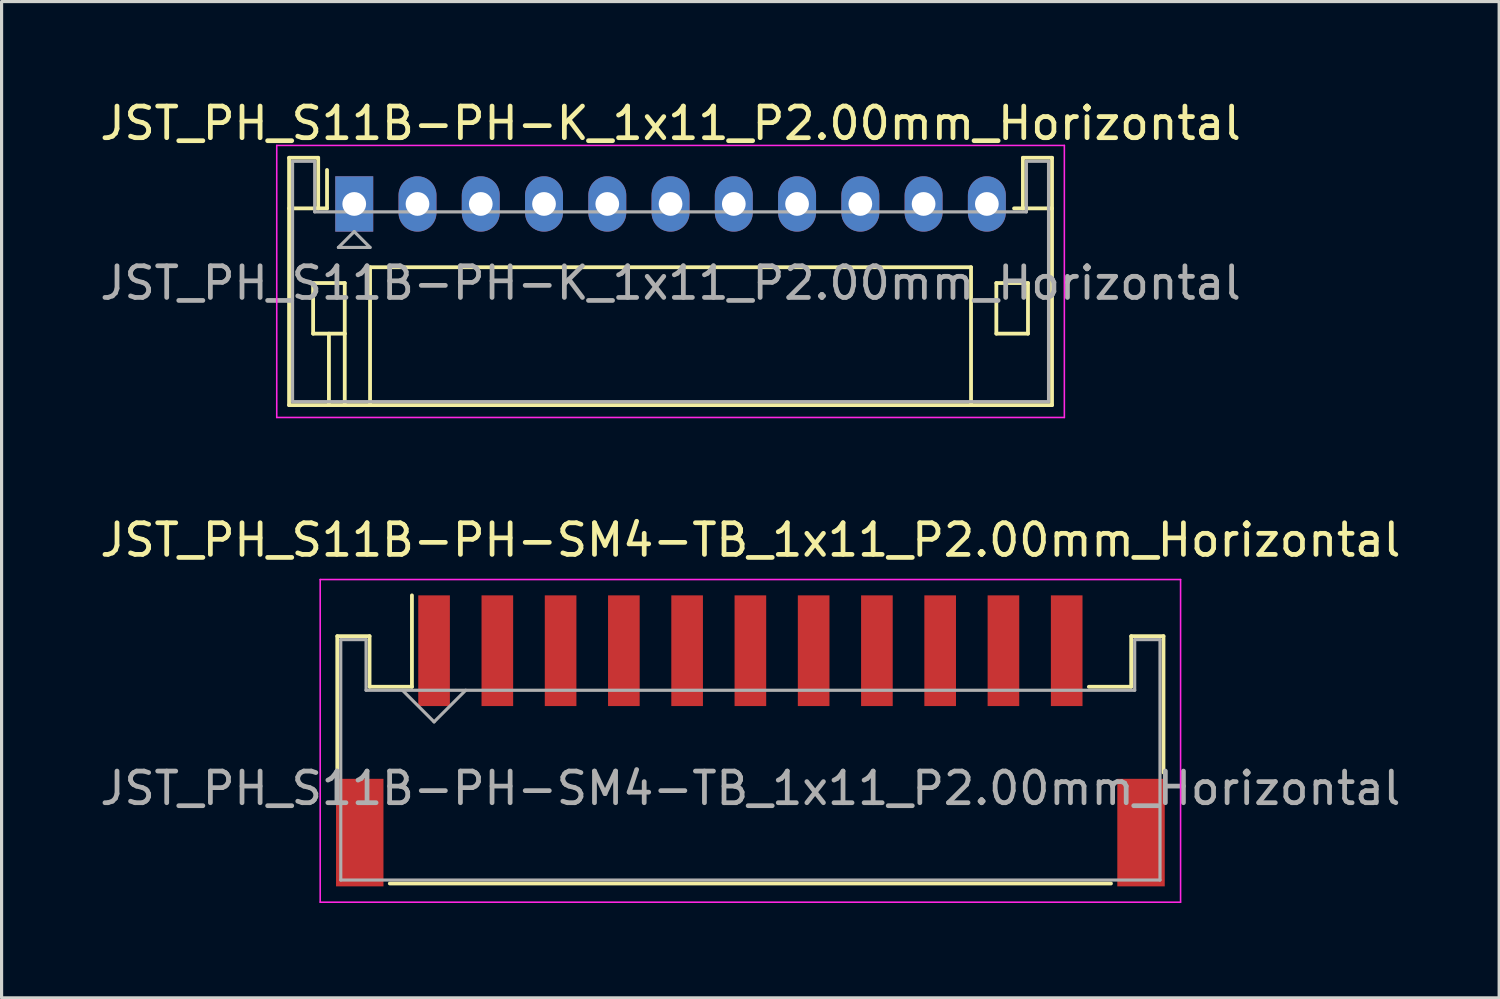
<source format=kicad_pcb>
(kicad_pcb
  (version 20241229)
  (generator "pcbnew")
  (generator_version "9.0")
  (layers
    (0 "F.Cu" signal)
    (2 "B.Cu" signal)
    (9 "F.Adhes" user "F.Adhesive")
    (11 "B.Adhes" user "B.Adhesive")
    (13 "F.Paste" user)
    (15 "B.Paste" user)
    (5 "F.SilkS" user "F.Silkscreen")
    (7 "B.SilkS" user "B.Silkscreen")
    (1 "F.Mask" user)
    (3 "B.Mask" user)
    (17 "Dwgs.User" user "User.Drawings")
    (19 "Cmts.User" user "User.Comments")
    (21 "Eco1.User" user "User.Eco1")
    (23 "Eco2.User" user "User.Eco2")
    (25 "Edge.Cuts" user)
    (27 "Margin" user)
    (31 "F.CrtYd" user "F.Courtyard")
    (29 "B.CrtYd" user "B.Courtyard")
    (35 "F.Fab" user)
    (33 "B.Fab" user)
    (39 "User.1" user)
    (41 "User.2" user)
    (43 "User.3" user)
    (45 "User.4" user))
  (footprint "JST_PH_S11B-PH-K_1x11_P2.00mm_Horizontal"
    (layer "F.Cu")
    (at 8.149 3.398)
    (property "Reference" "JST_PH_S11B-PH-K_1x11_P2.00mm_Horizontal" (at 10 -2.55 0) (layer "F.SilkS") (effects (font (size 1 1) (thickness 0.15))))
    (attr through_hole)
    (fp_line (start -2.06 -1.46) (end -2.06 6.36) (stroke (width 0.12) (type solid)) (layer "F.SilkS"))
    (fp_line (start -2.06 0.14) (end -1.14 0.14) (stroke (width 0.12) (type solid)) (layer "F.SilkS"))
    (fp_line (start -2.06 6.36) (end 22.06 6.36) (stroke (width 0.12) (type solid)) (layer "F.SilkS"))
    (fp_line (start -1.3 2.5) (end -1.3 4.1) (stroke (width 0.12) (type solid)) (layer "F.SilkS"))
    (fp_line (start -1.3 4.1) (end -0.3 4.1) (stroke (width 0.12) (type solid)) (layer "F.SilkS"))
    (fp_line (start -1.14 -1.46) (end -2.06 -1.46) (stroke (width 0.12) (type solid)) (layer "F.SilkS"))
    (fp_line (start -1.14 0.14) (end -1.14 -1.46) (stroke (width 0.12) (type solid)) (layer "F.SilkS"))
    (fp_line (start -0.86 0.14) (end -1.14 0.14) (stroke (width 0.12) (type solid)) (layer "F.SilkS"))
    (fp_line (start -0.86 0.14) (end -0.86 -1.075) (stroke (width 0.12) (type solid)) (layer "F.SilkS"))
    (fp_line (start -0.8 4.1) (end -0.8 6.36) (stroke (width 0.12) (type solid)) (layer "F.SilkS"))
    (fp_line (start -0.3 2.5) (end -1.3 2.5) (stroke (width 0.12) (type solid)) (layer "F.SilkS"))
    (fp_line (start -0.3 4.1) (end -0.3 2.5) (stroke (width 0.12) (type solid)) (layer "F.SilkS"))
    (fp_line (start -0.3 4.1) (end -0.3 6.36) (stroke (width 0.12) (type solid)) (layer "F.SilkS"))
    (fp_line (start 0.5 2) (end 19.5 2) (stroke (width 0.12) (type solid)) (layer "F.SilkS"))
    (fp_line (start 0.5 6.36) (end 0.5 2) (stroke (width 0.12) (type solid)) (layer "F.SilkS"))
    (fp_line (start 19.5 2) (end 19.5 6.36) (stroke (width 0.12) (type solid)) (layer "F.SilkS"))
    (fp_line (start 20.3 2.5) (end 21.3 2.5) (stroke (width 0.12) (type solid)) (layer "F.SilkS"))
    (fp_line (start 20.3 4.1) (end 20.3 2.5) (stroke (width 0.12) (type solid)) (layer "F.SilkS"))
    (fp_line (start 21.14 -1.46) (end 21.14 0.14) (stroke (width 0.12) (type solid)) (layer "F.SilkS"))
    (fp_line (start 21.14 0.14) (end 20.86 0.14) (stroke (width 0.12) (type solid)) (layer "F.SilkS"))
    (fp_line (start 21.3 2.5) (end 21.3 4.1) (stroke (width 0.12) (type solid)) (layer "F.SilkS"))
    (fp_line (start 21.3 4.1) (end 20.3 4.1) (stroke (width 0.12) (type solid)) (layer "F.SilkS"))
    (fp_line (start 22.06 -1.46) (end 21.14 -1.46) (stroke (width 0.12) (type solid)) (layer "F.SilkS"))
    (fp_line (start 22.06 0.14) (end 21.14 0.14) (stroke (width 0.12) (type solid)) (layer "F.SilkS"))
    (fp_line (start 22.06 6.36) (end 22.06 -1.46) (stroke (width 0.12) (type solid)) (layer "F.SilkS"))
    (fp_line (start -2.45 -1.85) (end -2.45 6.75) (stroke (width 0.05) (type solid)) (layer "F.CrtYd"))
    (fp_line (start -2.45 6.75) (end 22.45 6.75) (stroke (width 0.05) (type solid)) (layer "F.CrtYd"))
    (fp_line (start 22.45 -1.85) (end -2.45 -1.85) (stroke (width 0.05) (type solid)) (layer "F.CrtYd"))
    (fp_line (start 22.45 6.75) (end 22.45 -1.85) (stroke (width 0.05) (type solid)) (layer "F.CrtYd"))
    (fp_line (start -1.95 -1.35) (end -1.95 6.25) (stroke (width 0.1) (type solid)) (layer "F.Fab"))
    (fp_line (start -1.95 6.25) (end 21.95 6.25) (stroke (width 0.1) (type solid)) (layer "F.Fab"))
    (fp_line (start -1.25 -1.35) (end -1.95 -1.35) (stroke (width 0.1) (type solid)) (layer "F.Fab"))
    (fp_line (start -1.25 0.25) (end -1.25 -1.35) (stroke (width 0.1) (type solid)) (layer "F.Fab"))
    (fp_line (start -0.5 1.375) (end 0.5 1.375) (stroke (width 0.1) (type solid)) (layer "F.Fab"))
    (fp_line (start 0 0.875) (end -0.5 1.375) (stroke (width 0.1) (type solid)) (layer "F.Fab"))
    (fp_line (start 0.5 1.375) (end 0 0.875) (stroke (width 0.1) (type solid)) (layer "F.Fab"))
    (fp_line (start 21.25 -1.35) (end 21.25 0.25) (stroke (width 0.1) (type solid)) (layer "F.Fab"))
    (fp_line (start 21.25 0.25) (end -1.25 0.25) (stroke (width 0.1) (type solid)) (layer "F.Fab"))
    (fp_line (start 21.95 -1.35) (end 21.25 -1.35) (stroke (width 0.1) (type solid)) (layer "F.Fab"))
    (fp_line (start 21.95 6.25) (end 21.95 -1.35) (stroke (width 0.1) (type solid)) (layer "F.Fab"))
    (fp_text user "${REFERENCE}" (at 10 2.5 0) (layer "F.Fab") (effects (font (size 1 1) (thickness 0.15))))
    (pad "1" thru_hole rect (at 0 0) (size 1.2 1.75) (drill 0.75) (layers "*.Cu" "*.Mask"))
    (pad "2" thru_hole oval (at 2 0) (size 1.2 1.75) (drill 0.75) (layers "*.Cu" "*.Mask"))
    (pad "3" thru_hole oval (at 4 0) (size 1.2 1.75) (drill 0.75) (layers "*.Cu" "*.Mask"))
    (pad "4" thru_hole oval (at 6 0) (size 1.2 1.75) (drill 0.75) (layers "*.Cu" "*.Mask"))
    (pad "5" thru_hole oval (at 8 0) (size 1.2 1.75) (drill 0.75) (layers "*.Cu" "*.Mask"))
    (pad "6" thru_hole oval (at 10 0) (size 1.2 1.75) (drill 0.75) (layers "*.Cu" "*.Mask"))
    (pad "7" thru_hole oval (at 12 0) (size 1.2 1.75) (drill 0.75) (layers "*.Cu" "*.Mask"))
    (pad "8" thru_hole oval (at 14 0) (size 1.2 1.75) (drill 0.75) (layers "*.Cu" "*.Mask"))
    (pad "9" thru_hole oval (at 16 0) (size 1.2 1.75) (drill 0.75) (layers "*.Cu" "*.Mask"))
    (pad "10" thru_hole oval (at 18 0) (size 1.2 1.75) (drill 0.75) (layers "*.Cu" "*.Mask"))
    (pad "11" thru_hole oval (at 20 0) (size 1.2 1.75) (drill 0.75) (layers "*.Cu" "*.Mask")))
  (footprint "JST_PH_S11B-PH-SM4-TB_1x11_P2.00mm_Horizontal"
    (layer "F.Cu")
    (at 20.673 20.372)
    (property "Reference" "JST_PH_S11B-PH-SM4-TB_1x11_P2.00mm_Horizontal" (at 0 -6.35 0) (layer "F.SilkS") (effects (font (size 1 1) (thickness 0.15))))
    (attr smd)
    (fp_line (start -13.06 -3.31) (end -13.06 1) (stroke (width 0.12) (type solid)) (layer "F.SilkS"))
    (fp_line (start -12.04 -3.31) (end -13.06 -3.31) (stroke (width 0.12) (type solid)) (layer "F.SilkS"))
    (fp_line (start -12.04 -1.71) (end -12.04 -3.31) (stroke (width 0.12) (type solid)) (layer "F.SilkS"))
    (fp_line (start -11.4 4.51) (end 11.4 4.51) (stroke (width 0.12) (type solid)) (layer "F.SilkS"))
    (fp_line (start -10.7 -1.71) (end -12.04 -1.71) (stroke (width 0.12) (type solid)) (layer "F.SilkS"))
    (fp_line (start -10.7 -1.71) (end -10.7 -4.6) (stroke (width 0.12) (type solid)) (layer "F.SilkS"))
    (fp_line (start 12.04 -3.31) (end 12.04 -1.71) (stroke (width 0.12) (type solid)) (layer "F.SilkS"))
    (fp_line (start 12.04 -1.71) (end 10.7 -1.71) (stroke (width 0.12) (type solid)) (layer "F.SilkS"))
    (fp_line (start 13.06 -3.31) (end 12.04 -3.31) (stroke (width 0.12) (type solid)) (layer "F.SilkS"))
    (fp_line (start 13.06 1) (end 13.06 -3.31) (stroke (width 0.12) (type solid)) (layer "F.SilkS"))
    (fp_line (start -13.6 -5.1) (end -13.6 5.1) (stroke (width 0.05) (type solid)) (layer "F.CrtYd"))
    (fp_line (start -13.6 5.1) (end 13.6 5.1) (stroke (width 0.05) (type solid)) (layer "F.CrtYd"))
    (fp_line (start 13.6 -5.1) (end -13.6 -5.1) (stroke (width 0.05) (type solid)) (layer "F.CrtYd"))
    (fp_line (start 13.6 5.1) (end 13.6 -5.1) (stroke (width 0.05) (type solid)) (layer "F.CrtYd"))
    (fp_line (start -12.95 -3.2) (end -12.95 4.4) (stroke (width 0.1) (type solid)) (layer "F.Fab"))
    (fp_line (start -12.95 4.4) (end 12.95 4.4) (stroke (width 0.1) (type solid)) (layer "F.Fab"))
    (fp_line (start -12.15 -3.2) (end -12.95 -3.2) (stroke (width 0.1) (type solid)) (layer "F.Fab"))
    (fp_line (start -12.15 -1.6) (end -12.15 -3.2) (stroke (width 0.1) (type solid)) (layer "F.Fab"))
    (fp_line (start -11 -1.6) (end -10 -0.6) (stroke (width 0.1) (type solid)) (layer "F.Fab"))
    (fp_line (start -10 -0.6) (end -9 -1.6) (stroke (width 0.1) (type solid)) (layer "F.Fab"))
    (fp_line (start 12.15 -3.2) (end 12.15 -1.6) (stroke (width 0.1) (type solid)) (layer "F.Fab"))
    (fp_line (start 12.15 -1.6) (end -12.15 -1.6) (stroke (width 0.1) (type solid)) (layer "F.Fab"))
    (fp_line (start 12.95 -3.2) (end 12.15 -3.2) (stroke (width 0.1) (type solid)) (layer "F.Fab"))
    (fp_line (start 12.95 4.4) (end 12.95 -3.2) (stroke (width 0.1) (type solid)) (layer "F.Fab"))
    (fp_text user "${REFERENCE}" (at 0 1.5 0) (layer "F.Fab") (effects (font (size 1 1) (thickness 0.15))))
    (pad "" smd rect (at -12.35 2.9) (size 1.5 3.4) (layers "F.Cu" "F.Mask" "F.Paste"))
    (pad "" smd rect (at 12.35 2.9) (size 1.5 3.4) (layers "F.Cu" "F.Mask" "F.Paste"))
    (pad "1" smd rect (at -10 -2.85) (size 1 3.5) (layers "F.Cu" "F.Mask" "F.Paste"))
    (pad "2" smd rect (at -8 -2.85) (size 1 3.5) (layers "F.Cu" "F.Mask" "F.Paste"))
    (pad "3" smd rect (at -6 -2.85) (size 1 3.5) (layers "F.Cu" "F.Mask" "F.Paste"))
    (pad "4" smd rect (at -4 -2.85) (size 1 3.5) (layers "F.Cu" "F.Mask" "F.Paste"))
    (pad "5" smd rect (at -2 -2.85) (size 1 3.5) (layers "F.Cu" "F.Mask" "F.Paste"))
    (pad "6" smd rect (at 0 -2.85) (size 1 3.5) (layers "F.Cu" "F.Mask" "F.Paste"))
    (pad "7" smd rect (at 2 -2.85) (size 1 3.5) (layers "F.Cu" "F.Mask" "F.Paste"))
    (pad "8" smd rect (at 4 -2.85) (size 1 3.5) (layers "F.Cu" "F.Mask" "F.Paste"))
    (pad "9" smd rect (at 6 -2.85) (size 1 3.5) (layers "F.Cu" "F.Mask" "F.Paste"))
    (pad "10" smd rect (at 8 -2.85) (size 1 3.5) (layers "F.Cu" "F.Mask" "F.Paste"))
    (pad "11" smd rect (at 10 -2.85) (size 1 3.5) (layers "F.Cu" "F.Mask" "F.Paste")))
  (gr_rect
    (start -3 -3)
    (end 44.345 28.497)
    (stroke (width 0.1) (type default))
    (fill no)
    (layer "Edge.Cuts")))
</source>
